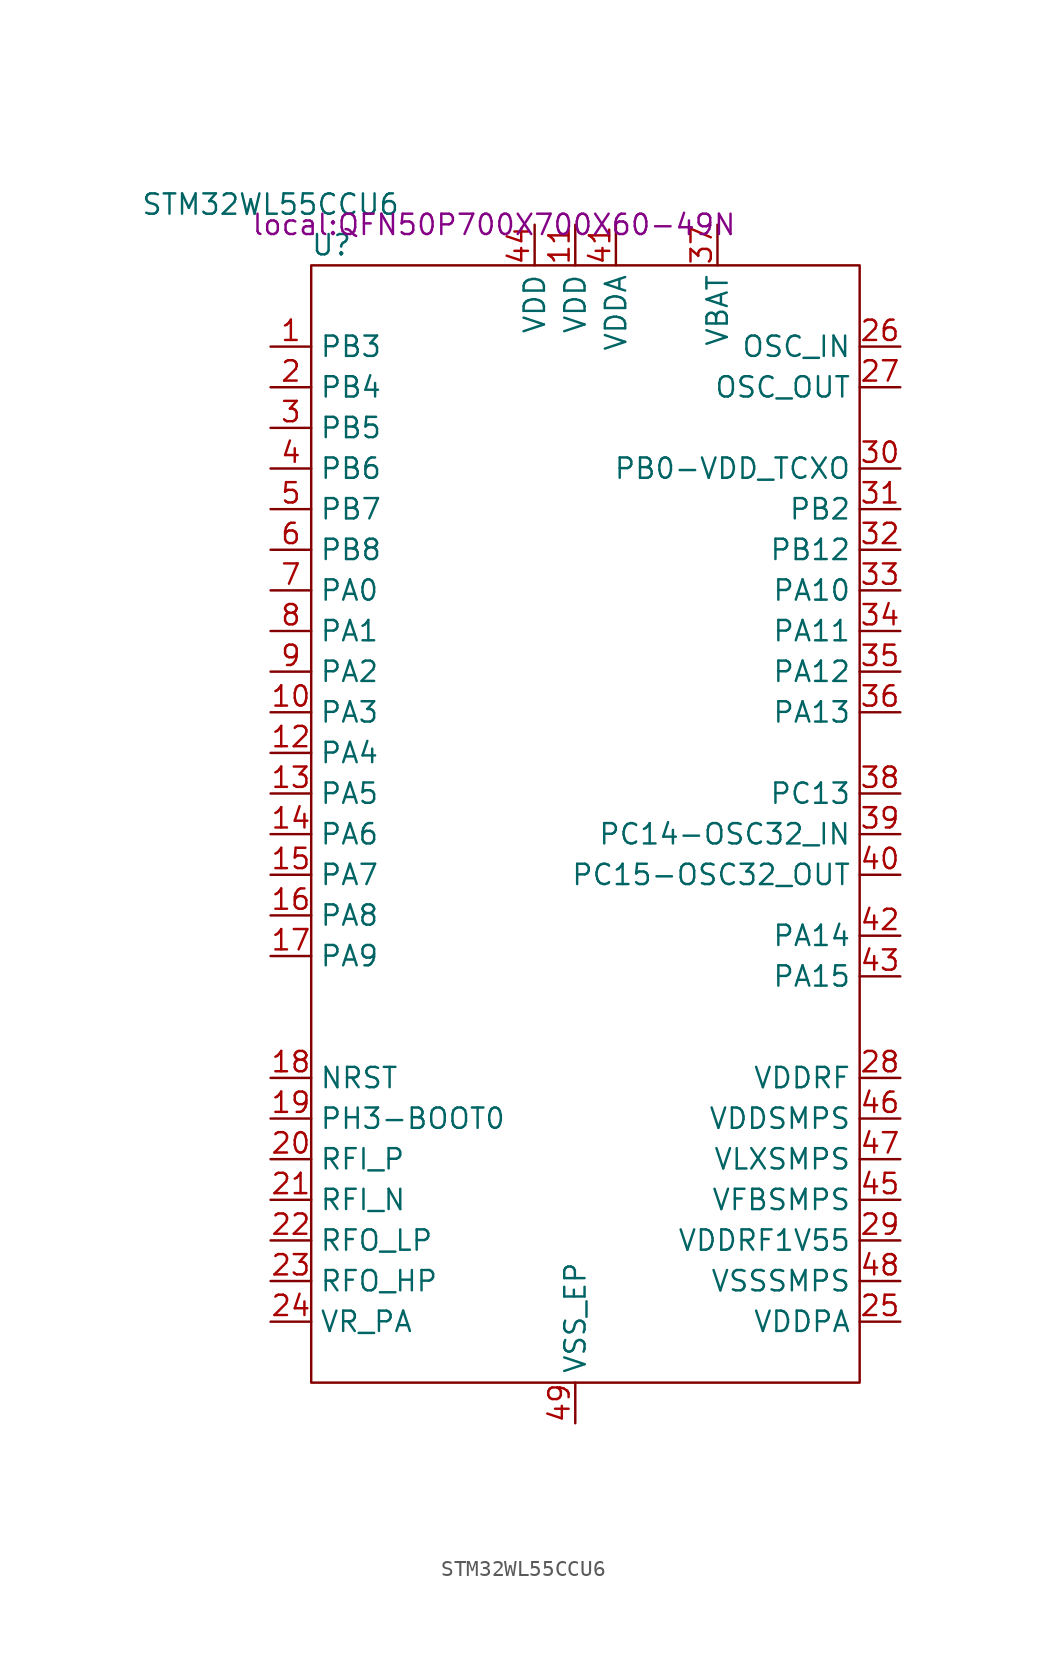
<source format=kicad_sym>
(kicad_symbol_lib
  (version 20211014)
  (generator kicad_symbol_editor)
  (symbol "STM32WL55CCU6"
    (property "Reference" "U"
      (at -10.16 16.51 0)
      (effects (font (size 1.27 1.27))))
    (property "Value" "STM32WL55CCU6"
      (at -13.97 19.05 0)
      (effects (font (size 1.27 1.27))))
    (property "Footprint" "local:QFN50P700X700X60-49N"
      (at 0 17.78 0)
      (effects (font (size 1.27 1.27))))
    (symbol "STM32WL55CCU6_0_1"
      (rectangle (start -11.43 15.24) (end 22.86 -54.61) (stroke (width 0) (type default) (color 0 0 0 0)) (fill (type none))))
    (symbol "STM32WL55CCU6_1_1"
      (pin unspecified line (at -13.97 10.16 0) (length 2.54) (name "PB3" (effects (font (size 1.27 1.27)))) (number "1" (effects (font (size 1.27 1.27)))))
      (pin unspecified line (at -13.97 -12.7 0) (length 2.54) (name "PA3" (effects (font (size 1.27 1.27)))) (number "10" (effects (font (size 1.27 1.27)))))
      (pin unspecified line (at 5.08 17.78 270) (length 2.54) (name "VDD" (effects (font (size 1.27 1.27)))) (number "11" (effects (font (size 1.27 1.27)))))
      (pin unspecified line (at -13.97 -15.24 0) (length 2.54) (name "PA4" (effects (font (size 1.27 1.27)))) (number "12" (effects (font (size 1.27 1.27)))))
      (pin unspecified line (at -13.97 -17.78 0) (length 2.54) (name "PA5" (effects (font (size 1.27 1.27)))) (number "13" (effects (font (size 1.27 1.27)))))
      (pin unspecified line (at -13.97 -20.32 0) (length 2.54) (name "PA6" (effects (font (size 1.27 1.27)))) (number "14" (effects (font (size 1.27 1.27)))))
      (pin unspecified line (at -13.97 -22.86 0) (length 2.54) (name "PA7" (effects (font (size 1.27 1.27)))) (number "15" (effects (font (size 1.27 1.27)))))
      (pin unspecified line (at -13.97 -25.4 0) (length 2.54) (name "PA8" (effects (font (size 1.27 1.27)))) (number "16" (effects (font (size 1.27 1.27)))))
      (pin unspecified line (at -13.97 -27.94 0) (length 2.54) (name "PA9" (effects (font (size 1.27 1.27)))) (number "17" (effects (font (size 1.27 1.27)))))
      (pin unspecified line (at -13.97 -35.56 0) (length 2.54) (name "NRST" (effects (font (size 1.27 1.27)))) (number "18" (effects (font (size 1.27 1.27)))))
      (pin unspecified line (at -13.97 -38.1 0) (length 2.54) (name "PH3-BOOT0" (effects (font (size 1.27 1.27)))) (number "19" (effects (font (size 1.27 1.27)))))
      (pin unspecified line (at -13.97 7.62 0) (length 2.54) (name "PB4" (effects (font (size 1.27 1.27)))) (number "2" (effects (font (size 1.27 1.27)))))
      (pin unspecified line (at -13.97 -40.64 0) (length 2.54) (name "RFI_P" (effects (font (size 1.27 1.27)))) (number "20" (effects (font (size 1.27 1.27)))))
      (pin unspecified line (at -13.97 -43.18 0) (length 2.54) (name "RFI_N" (effects (font (size 1.27 1.27)))) (number "21" (effects (font (size 1.27 1.27)))))
      (pin unspecified line (at -13.97 -45.72 0) (length 2.54) (name "RFO_LP" (effects (font (size 1.27 1.27)))) (number "22" (effects (font (size 1.27 1.27)))))
      (pin unspecified line (at -13.97 -48.26 0) (length 2.54) (name "RFO_HP" (effects (font (size 1.27 1.27)))) (number "23" (effects (font (size 1.27 1.27)))))
      (pin unspecified line (at -13.97 -50.8 0) (length 2.54) (name "VR_PA" (effects (font (size 1.27 1.27)))) (number "24" (effects (font (size 1.27 1.27)))))
      (pin unspecified line (at 25.4 -50.8 180) (length 2.54) (name "VDDPA" (effects (font (size 1.27 1.27)))) (number "25" (effects (font (size 1.27 1.27)))))
      (pin unspecified line (at 25.4 10.16 180) (length 2.54) (name "OSC_IN" (effects (font (size 1.27 1.27)))) (number "26" (effects (font (size 1.27 1.27)))))
      (pin unspecified line (at 25.4 7.62 180) (length 2.54) (name "OSC_OUT" (effects (font (size 1.27 1.27)))) (number "27" (effects (font (size 1.27 1.27)))))
      (pin unspecified line (at 25.4 -35.56 180) (length 2.54) (name "VDDRF" (effects (font (size 1.27 1.27)))) (number "28" (effects (font (size 1.27 1.27)))))
      (pin unspecified line (at 25.4 -45.72 180) (length 2.54) (name "VDDRF1V55" (effects (font (size 1.27 1.27)))) (number "29" (effects (font (size 1.27 1.27)))))
      (pin unspecified line (at -13.97 5.08 0) (length 2.54) (name "PB5" (effects (font (size 1.27 1.27)))) (number "3" (effects (font (size 1.27 1.27)))))
      (pin unspecified line (at 25.4 2.54 180) (length 2.54) (name "PB0-VDD_TCXO" (effects (font (size 1.27 1.27)))) (number "30" (effects (font (size 1.27 1.27)))))
      (pin unspecified line (at 25.4 0 180) (length 2.54) (name "PB2" (effects (font (size 1.27 1.27)))) (number "31" (effects (font (size 1.27 1.27)))))
      (pin unspecified line (at 25.4 -2.54 180) (length 2.54) (name "PB12" (effects (font (size 1.27 1.27)))) (number "32" (effects (font (size 1.27 1.27)))))
      (pin unspecified line (at 25.4 -5.08 180) (length 2.54) (name "PA10" (effects (font (size 1.27 1.27)))) (number "33" (effects (font (size 1.27 1.27)))))
      (pin unspecified line (at 25.4 -7.62 180) (length 2.54) (name "PA11" (effects (font (size 1.27 1.27)))) (number "34" (effects (font (size 1.27 1.27)))))
      (pin unspecified line (at 25.4 -10.16 180) (length 2.54) (name "PA12" (effects (font (size 1.27 1.27)))) (number "35" (effects (font (size 1.27 1.27)))))
      (pin unspecified line (at 25.4 -12.7 180) (length 2.54) (name "PA13" (effects (font (size 1.27 1.27)))) (number "36" (effects (font (size 1.27 1.27)))))
      (pin unspecified line (at 13.97 17.78 270) (length 2.54) (name "VBAT" (effects (font (size 1.27 1.27)))) (number "37" (effects (font (size 1.27 1.27)))))
      (pin unspecified line (at 25.4 -17.78 180) (length 2.54) (name "PC13" (effects (font (size 1.27 1.27)))) (number "38" (effects (font (size 1.27 1.27)))))
      (pin unspecified line (at 25.4 -20.32 180) (length 2.54) (name "PC14-OSC32_IN" (effects (font (size 1.27 1.27)))) (number "39" (effects (font (size 1.27 1.27)))))
      (pin unspecified line (at -13.97 2.54 0) (length 2.54) (name "PB6" (effects (font (size 1.27 1.27)))) (number "4" (effects (font (size 1.27 1.27)))))
      (pin unspecified line (at 25.4 -22.86 180) (length 2.54) (name "PC15-OSC32_OUT" (effects (font (size 1.27 1.27)))) (number "40" (effects (font (size 1.27 1.27)))))
      (pin unspecified line (at 7.62 17.78 270) (length 2.54) (name "VDDA" (effects (font (size 1.27 1.27)))) (number "41" (effects (font (size 1.27 1.27)))))
      (pin unspecified line (at 25.4 -26.67 180) (length 2.54) (name "PA14" (effects (font (size 1.27 1.27)))) (number "42" (effects (font (size 1.27 1.27)))))
      (pin unspecified line (at 25.4 -29.21 180) (length 2.54) (name "PA15" (effects (font (size 1.27 1.27)))) (number "43" (effects (font (size 1.27 1.27)))))
      (pin unspecified line (at 2.54 17.78 270) (length 2.54) (name "VDD" (effects (font (size 1.27 1.27)))) (number "44" (effects (font (size 1.27 1.27)))))
      (pin unspecified line (at 25.4 -43.18 180) (length 2.54) (name "VFBSMPS" (effects (font (size 1.27 1.27)))) (number "45" (effects (font (size 1.27 1.27)))))
      (pin unspecified line (at 25.4 -38.1 180) (length 2.54) (name "VDDSMPS" (effects (font (size 1.27 1.27)))) (number "46" (effects (font (size 1.27 1.27)))))
      (pin unspecified line (at 25.4 -40.64 180) (length 2.54) (name "VLXSMPS" (effects (font (size 1.27 1.27)))) (number "47" (effects (font (size 1.27 1.27)))))
      (pin unspecified line (at 25.4 -48.26 180) (length 2.54) (name "VSSSMPS" (effects (font (size 1.27 1.27)))) (number "48" (effects (font (size 1.27 1.27)))))
      (pin input line (at 5.08 -57.15 90) (length 2.54) (name "VSS_EP" (effects (font (size 1.27 1.27)))) (number "49" (effects (font (size 1.27 1.27)))))
      (pin unspecified line (at -13.97 0 0) (length 2.54) (name "PB7" (effects (font (size 1.27 1.27)))) (number "5" (effects (font (size 1.27 1.27)))))
      (pin unspecified line (at -13.97 -2.54 0) (length 2.54) (name "PB8" (effects (font (size 1.27 1.27)))) (number "6" (effects (font (size 1.27 1.27)))))
      (pin unspecified line (at -13.97 -5.08 0) (length 2.54) (name "PA0" (effects (font (size 1.27 1.27)))) (number "7" (effects (font (size 1.27 1.27)))))
      (pin unspecified line (at -13.97 -7.62 0) (length 2.54) (name "PA1" (effects (font (size 1.27 1.27)))) (number "8" (effects (font (size 1.27 1.27)))))
      (pin unspecified line (at -13.97 -10.16 0) (length 2.54) (name "PA2" (effects (font (size 1.27 1.27)))) (number "9" (effects (font (size 1.27 1.27))))))))
</source>
